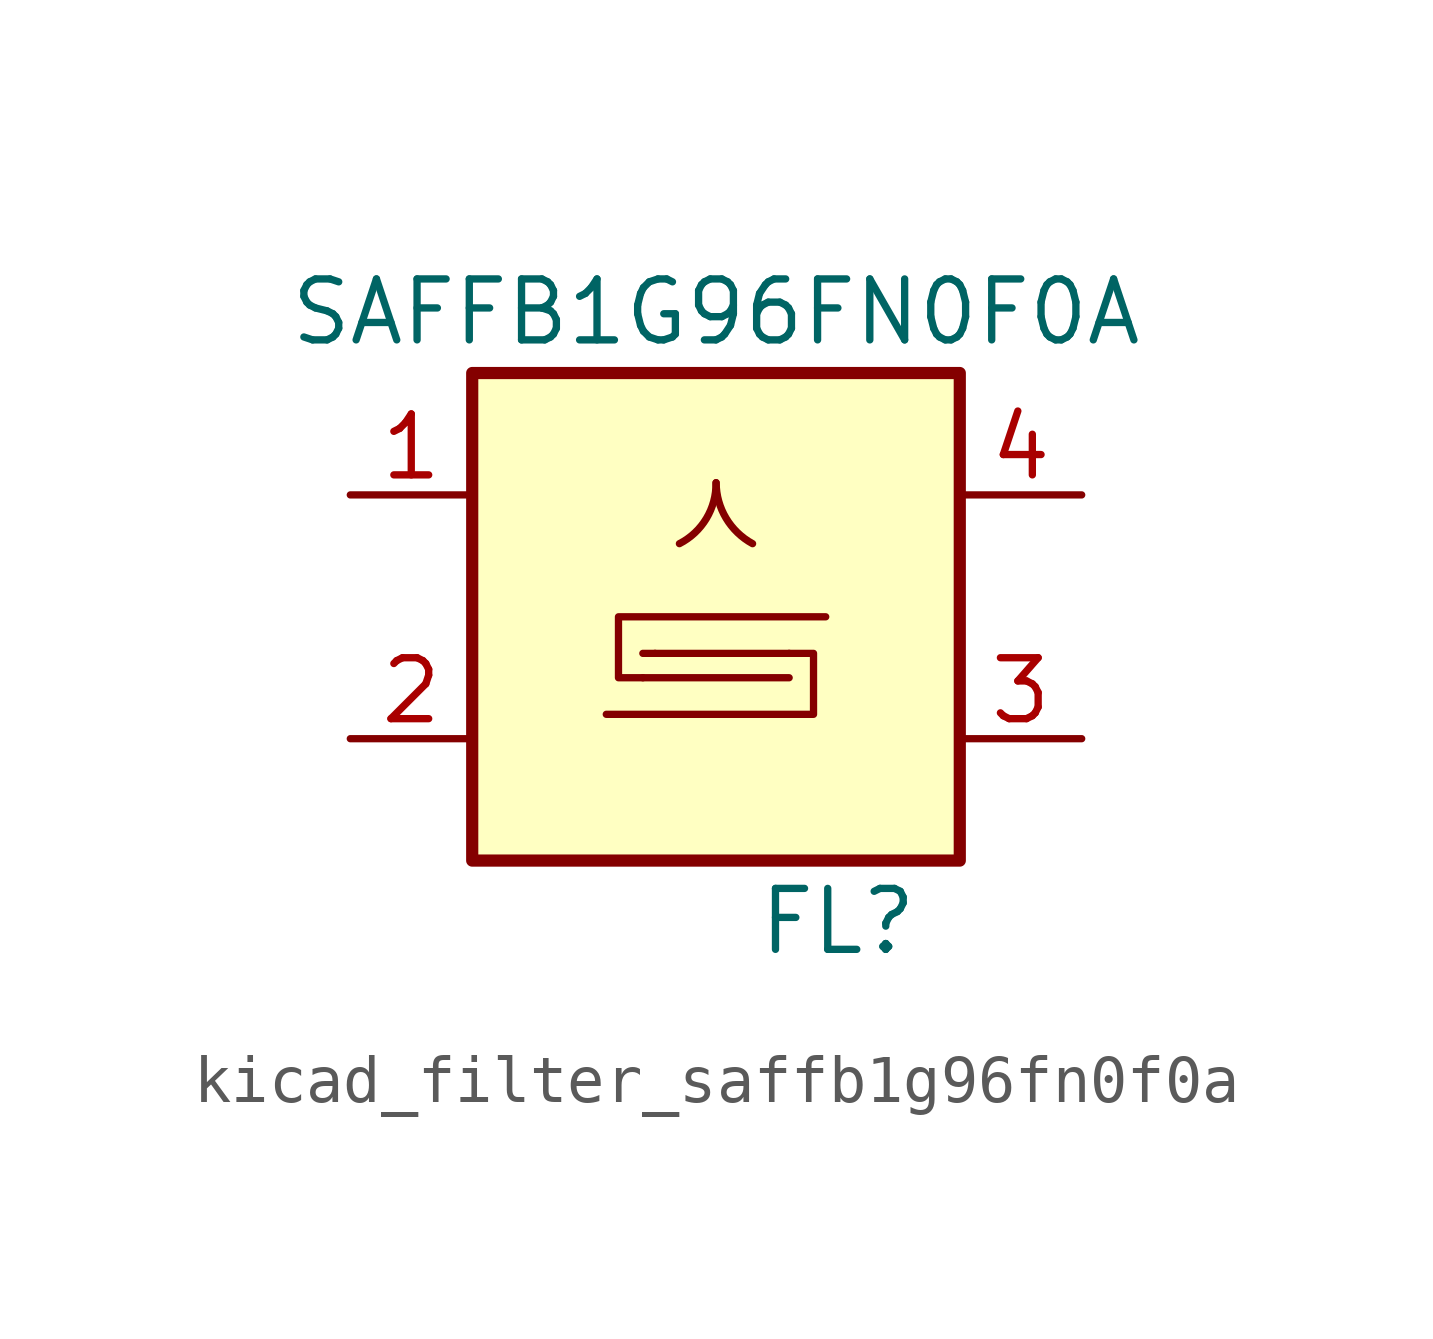
<source format=kicad_sym>
(kicad_symbol_lib
  (version 20220914)
  (generator kicad_symbol_editor)
  (symbol "kicad_filter_saffb1g96fn0f0a"
    (pin_names
      (offset 1.016))
    (property "Reference" "FL"
      (at 2.54 -6.35 0)
      (effects (font (size 1.27 1.27))))
    (property "Value" "SAFFB1G96FN0F0A"
      (at 0 6.35 0)
      (effects (font (size 1.27 1.27))))
    (symbol "kicad_filter_saffb1g96fn0f0a_0_1"
      (rectangle (start -5.08 5.08) (end 5.08 -5.08) (stroke (width 0.254) (type default)) (fill (type background)))
      (arc (start -0.762 1.524) (mid -0.1988 2.0511) (end 0 2.794) (stroke (width 0) (type default)) (fill (type none)))
      (polyline (pts (xy -1.524 -0.762) (xy -1.27 -0.762)) (stroke (width 0) (type default)) (fill (type none)))
      (polyline (pts (xy 1.524 -1.27) (xy -1.524 -1.27)) (stroke (width 0) (type default)) (fill (type none)))
      (polyline (pts (xy 1.524 -0.762) (xy -1.27 -0.762)) (stroke (width 0) (type default)) (fill (type none)))
      (polyline (pts (xy -1.524 -1.27) (xy -2.032 -1.27) (xy -2.032 0) (xy 2.286 0)) (stroke (width 0) (type default)) (fill (type none)))
      (polyline (pts (xy 1.524 -0.762) (xy 2.032 -0.762) (xy 2.032 -2.032) (xy -2.286 -2.032)) (stroke (width 0) (type default)) (fill (type none)))
      (arc (start 0 2.794) (mid 0.2065 2.0558) (end 0.762 1.524) (stroke (width 0) (type default)) (fill (type none))))
    (symbol "kicad_filter_saffb1g96fn0f0a_1_1"
      (pin passive line (at -7.62 2.54 0) (length 2.54) (name "~" (effects (font (size 1.27 1.27)))) (number "1" (effects (font (size 1.27 1.27)))))
      (pin passive line (at -7.62 -2.54 0) (length 2.54) (name "~" (effects (font (size 1.27 1.27)))) (number "2" (effects (font (size 1.27 1.27)))))
      (pin passive line (at 7.62 -2.54 180) (length 2.54) (name "~" (effects (font (size 1.27 1.27)))) (number "3" (effects (font (size 1.27 1.27)))))
      (pin passive line (at 7.62 2.54 180) (length 2.54) (name "~" (effects (font (size 1.27 1.27)))) (number "4" (effects (font (size 1.27 1.27)))))
      (pin passive line (at -7.62 -2.54 0) (length 2.54) hide (name "~" (effects (font (size 1.27 1.27)))) (number "5" (effects (font (size 1.27 1.27))))))))
</source>
